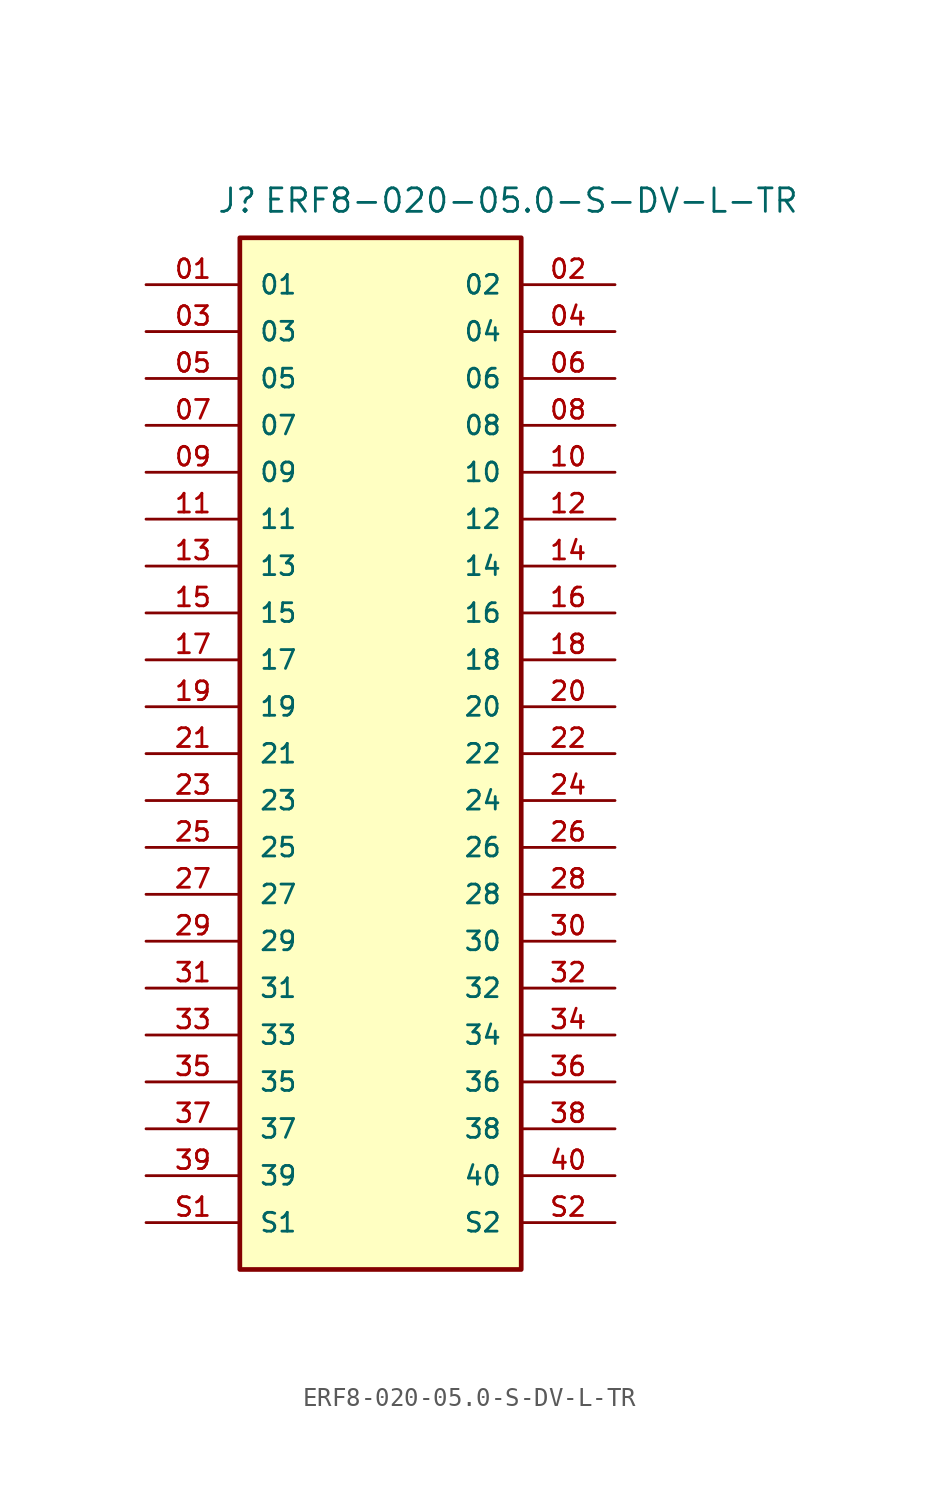
<source format=kicad_sym>
(kicad_symbol_lib
  (version 20220914)
  (generator kicad_symbol_editor)
  (symbol "ERF8-020-05.0-S-DV-L-TR"
    (pin_names
      (offset 1.016))
    (property "Reference" "J"
      (at -8.89 29.21 0)
      (effects (font (size 1.27 1.27)) (justify left bottom)))
    (property "Value" "ERF8-020-05.0-S-DV-L-TR"
      (at -6.35 29.21 0)
      (effects (font (size 1.27 1.27)) (justify left bottom)))
    (symbol "ERF8-020-05.0-S-DV-L-TR_0_0"
      (rectangle (start -7.62 27.94) (end 7.62 -27.94) (stroke (width 0.254) (type default)) (fill (type background)))
      (pin passive line (at -12.7 25.4 0) (length 5.08) (name "01" (effects (font (size 1.016 1.016)))) (number "01" (effects (font (size 1.016 1.016)))))
      (pin passive line (at 12.7 25.4 180) (length 5.08) (name "02" (effects (font (size 1.016 1.016)))) (number "02" (effects (font (size 1.016 1.016)))))
      (pin passive line (at -12.7 22.86 0) (length 5.08) (name "03" (effects (font (size 1.016 1.016)))) (number "03" (effects (font (size 1.016 1.016)))))
      (pin passive line (at 12.7 22.86 180) (length 5.08) (name "04" (effects (font (size 1.016 1.016)))) (number "04" (effects (font (size 1.016 1.016)))))
      (pin passive line (at -12.7 20.32 0) (length 5.08) (name "05" (effects (font (size 1.016 1.016)))) (number "05" (effects (font (size 1.016 1.016)))))
      (pin passive line (at 12.7 20.32 180) (length 5.08) (name "06" (effects (font (size 1.016 1.016)))) (number "06" (effects (font (size 1.016 1.016)))))
      (pin passive line (at -12.7 17.78 0) (length 5.08) (name "07" (effects (font (size 1.016 1.016)))) (number "07" (effects (font (size 1.016 1.016)))))
      (pin passive line (at 12.7 17.78 180) (length 5.08) (name "08" (effects (font (size 1.016 1.016)))) (number "08" (effects (font (size 1.016 1.016)))))
      (pin passive line (at -12.7 15.24 0) (length 5.08) (name "09" (effects (font (size 1.016 1.016)))) (number "09" (effects (font (size 1.016 1.016)))))
      (pin passive line (at 12.7 15.24 180) (length 5.08) (name "10" (effects (font (size 1.016 1.016)))) (number "10" (effects (font (size 1.016 1.016)))))
      (pin passive line (at -12.7 12.7 0) (length 5.08) (name "11" (effects (font (size 1.016 1.016)))) (number "11" (effects (font (size 1.016 1.016)))))
      (pin passive line (at 12.7 12.7 180) (length 5.08) (name "12" (effects (font (size 1.016 1.016)))) (number "12" (effects (font (size 1.016 1.016)))))
      (pin passive line (at -12.7 10.16 0) (length 5.08) (name "13" (effects (font (size 1.016 1.016)))) (number "13" (effects (font (size 1.016 1.016)))))
      (pin passive line (at 12.7 10.16 180) (length 5.08) (name "14" (effects (font (size 1.016 1.016)))) (number "14" (effects (font (size 1.016 1.016)))))
      (pin passive line (at -12.7 7.62 0) (length 5.08) (name "15" (effects (font (size 1.016 1.016)))) (number "15" (effects (font (size 1.016 1.016)))))
      (pin passive line (at 12.7 7.62 180) (length 5.08) (name "16" (effects (font (size 1.016 1.016)))) (number "16" (effects (font (size 1.016 1.016)))))
      (pin passive line (at -12.7 5.08 0) (length 5.08) (name "17" (effects (font (size 1.016 1.016)))) (number "17" (effects (font (size 1.016 1.016)))))
      (pin passive line (at 12.7 5.08 180) (length 5.08) (name "18" (effects (font (size 1.016 1.016)))) (number "18" (effects (font (size 1.016 1.016)))))
      (pin passive line (at -12.7 2.54 0) (length 5.08) (name "19" (effects (font (size 1.016 1.016)))) (number "19" (effects (font (size 1.016 1.016)))))
      (pin passive line (at 12.7 2.54 180) (length 5.08) (name "20" (effects (font (size 1.016 1.016)))) (number "20" (effects (font (size 1.016 1.016)))))
      (pin passive line (at -12.7 0 0) (length 5.08) (name "21" (effects (font (size 1.016 1.016)))) (number "21" (effects (font (size 1.016 1.016)))))
      (pin passive line (at 12.7 0 180) (length 5.08) (name "22" (effects (font (size 1.016 1.016)))) (number "22" (effects (font (size 1.016 1.016)))))
      (pin passive line (at -12.7 -2.54 0) (length 5.08) (name "23" (effects (font (size 1.016 1.016)))) (number "23" (effects (font (size 1.016 1.016)))))
      (pin passive line (at 12.7 -2.54 180) (length 5.08) (name "24" (effects (font (size 1.016 1.016)))) (number "24" (effects (font (size 1.016 1.016)))))
      (pin passive line (at -12.7 -5.08 0) (length 5.08) (name "25" (effects (font (size 1.016 1.016)))) (number "25" (effects (font (size 1.016 1.016)))))
      (pin passive line (at 12.7 -5.08 180) (length 5.08) (name "26" (effects (font (size 1.016 1.016)))) (number "26" (effects (font (size 1.016 1.016)))))
      (pin passive line (at -12.7 -7.62 0) (length 5.08) (name "27" (effects (font (size 1.016 1.016)))) (number "27" (effects (font (size 1.016 1.016)))))
      (pin passive line (at 12.7 -7.62 180) (length 5.08) (name "28" (effects (font (size 1.016 1.016)))) (number "28" (effects (font (size 1.016 1.016)))))
      (pin passive line (at -12.7 -10.16 0) (length 5.08) (name "29" (effects (font (size 1.016 1.016)))) (number "29" (effects (font (size 1.016 1.016)))))
      (pin passive line (at 12.7 -10.16 180) (length 5.08) (name "30" (effects (font (size 1.016 1.016)))) (number "30" (effects (font (size 1.016 1.016)))))
      (pin passive line (at -12.7 -12.7 0) (length 5.08) (name "31" (effects (font (size 1.016 1.016)))) (number "31" (effects (font (size 1.016 1.016)))))
      (pin passive line (at 12.7 -12.7 180) (length 5.08) (name "32" (effects (font (size 1.016 1.016)))) (number "32" (effects (font (size 1.016 1.016)))))
      (pin passive line (at -12.7 -15.24 0) (length 5.08) (name "33" (effects (font (size 1.016 1.016)))) (number "33" (effects (font (size 1.016 1.016)))))
      (pin passive line (at 12.7 -15.24 180) (length 5.08) (name "34" (effects (font (size 1.016 1.016)))) (number "34" (effects (font (size 1.016 1.016)))))
      (pin passive line (at -12.7 -17.78 0) (length 5.08) (name "35" (effects (font (size 1.016 1.016)))) (number "35" (effects (font (size 1.016 1.016)))))
      (pin passive line (at 12.7 -17.78 180) (length 5.08) (name "36" (effects (font (size 1.016 1.016)))) (number "36" (effects (font (size 1.016 1.016)))))
      (pin passive line (at -12.7 -20.32 0) (length 5.08) (name "37" (effects (font (size 1.016 1.016)))) (number "37" (effects (font (size 1.016 1.016)))))
      (pin passive line (at 12.7 -20.32 180) (length 5.08) (name "38" (effects (font (size 1.016 1.016)))) (number "38" (effects (font (size 1.016 1.016)))))
      (pin passive line (at -12.7 -22.86 0) (length 5.08) (name "39" (effects (font (size 1.016 1.016)))) (number "39" (effects (font (size 1.016 1.016)))))
      (pin passive line (at 12.7 -22.86 180) (length 5.08) (name "40" (effects (font (size 1.016 1.016)))) (number "40" (effects (font (size 1.016 1.016))))))
    (symbol "ERF8-020-05.0-S-DV-L-TR_1_0"
      (pin passive line (at -12.7 -25.4 0) (length 5.08) (name "S1" (effects (font (size 1.016 1.016)))) (number "S1" (effects (font (size 1.016 1.016)))))
      (pin passive line (at 12.7 -25.4 180) (length 5.08) (name "S2" (effects (font (size 1.016 1.016)))) (number "S2" (effects (font (size 1.016 1.016))))))))
</source>
